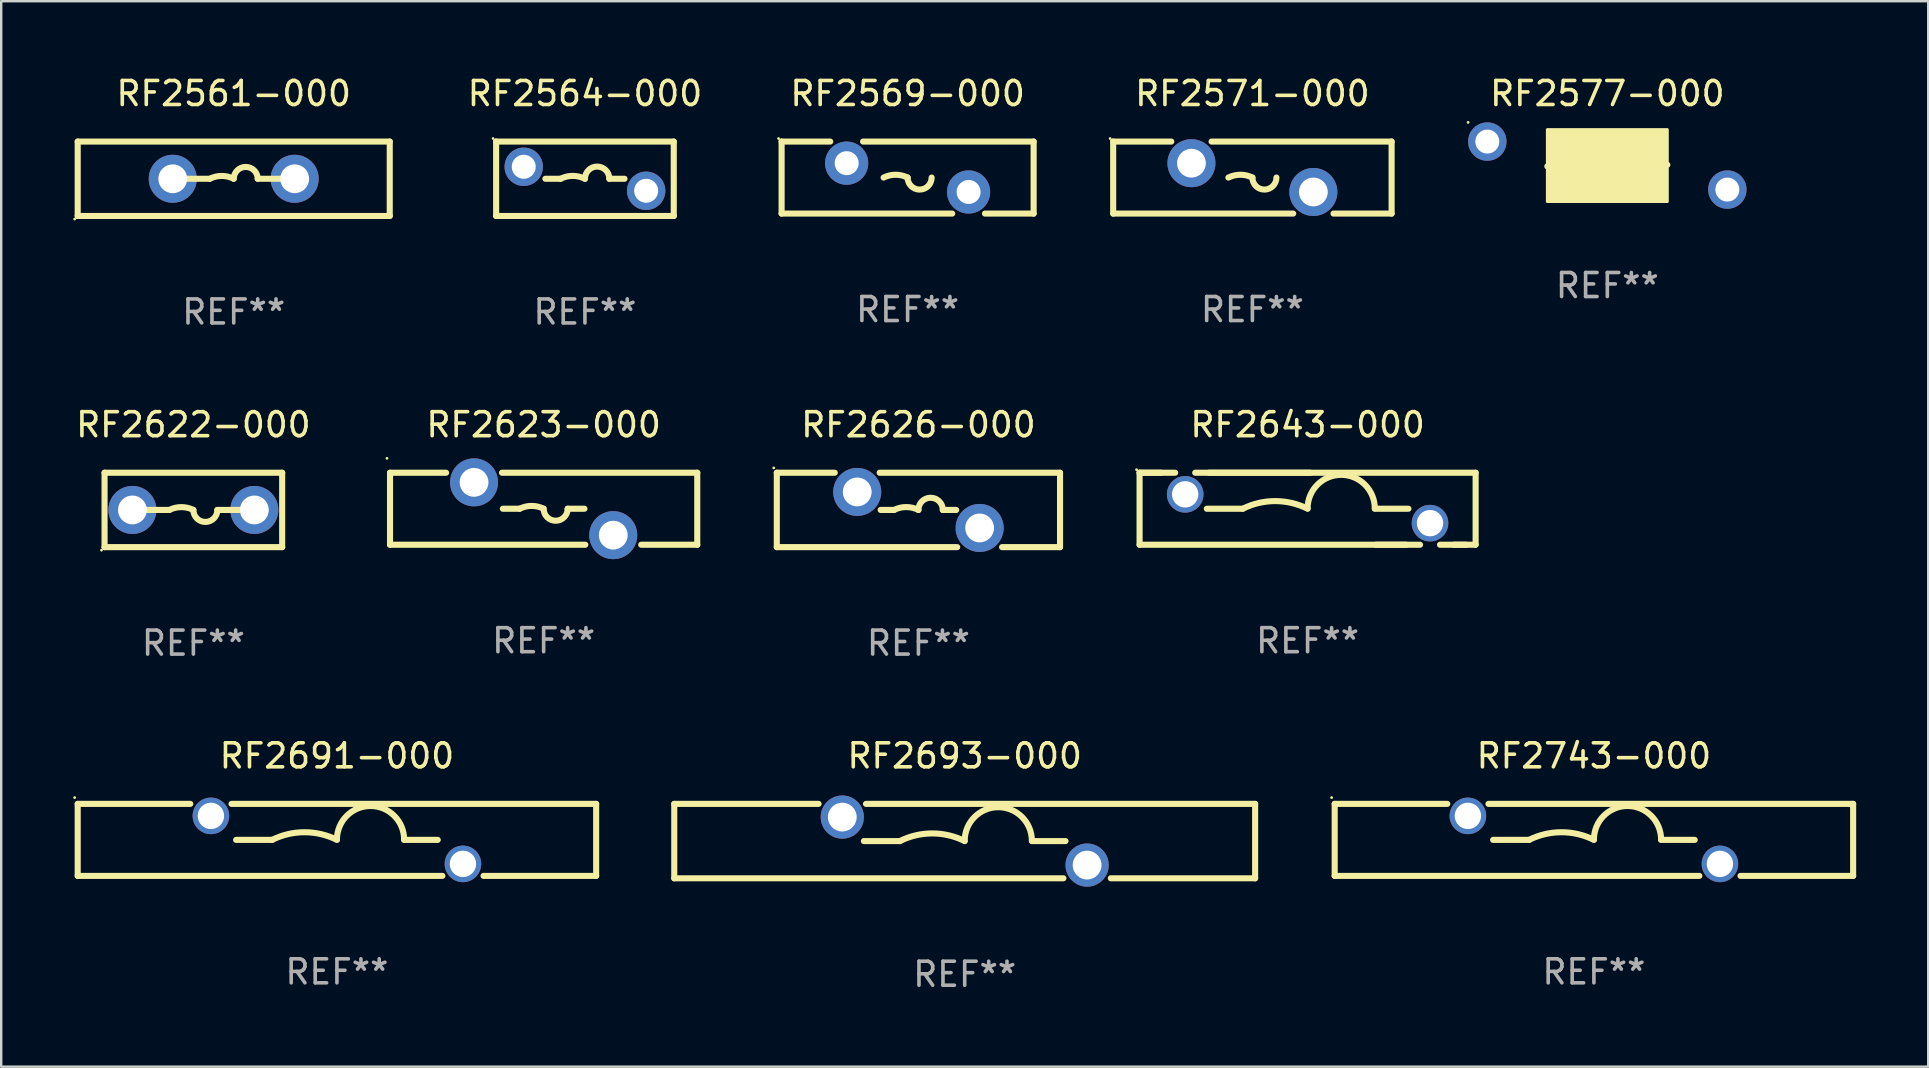
<source format=kicad_pcb>
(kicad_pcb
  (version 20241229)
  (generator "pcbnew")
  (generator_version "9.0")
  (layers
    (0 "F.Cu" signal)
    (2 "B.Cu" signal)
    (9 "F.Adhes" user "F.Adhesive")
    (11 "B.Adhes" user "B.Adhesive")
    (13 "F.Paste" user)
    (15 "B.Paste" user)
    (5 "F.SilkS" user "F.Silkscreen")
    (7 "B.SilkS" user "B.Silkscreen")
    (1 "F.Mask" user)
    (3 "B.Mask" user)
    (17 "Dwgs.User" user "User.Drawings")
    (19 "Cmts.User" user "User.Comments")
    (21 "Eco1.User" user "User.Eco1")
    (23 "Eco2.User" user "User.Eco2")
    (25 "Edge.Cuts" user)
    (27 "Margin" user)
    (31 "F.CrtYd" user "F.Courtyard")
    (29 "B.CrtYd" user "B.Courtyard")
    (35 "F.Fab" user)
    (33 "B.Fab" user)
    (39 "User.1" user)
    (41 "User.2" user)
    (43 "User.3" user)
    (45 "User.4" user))
  (footprint "RF2561-000"
    (layer "F.Cu")
    (at 6.687 4.398)
    (property "Reference" "RF2561-000" (at 0 -3.55 0) (layer "F.SilkS") (effects (font (size 1 1) (thickness 0.15))))
    (attr through_hole)
    (fp_line (start -6.5 -1.55) (end 6.5 -1.55) (stroke (width 0.254) (type solid)) (layer "F.SilkS"))
    (fp_line (start -6.5 1.55) (end -6.5 -1.55) (stroke (width 0.254) (type solid)) (layer "F.SilkS"))
    (fp_line (start -1 -0.000127) (end -2 -0.000127) (stroke (width 0.254) (type solid)) (layer "F.SilkS"))
    (fp_line (start 1 -0.000127) (end 2 -0.000127) (stroke (width 0.254) (type solid)) (layer "F.SilkS"))
    (fp_line (start 6.5 -1.55) (end 6.5 1.55) (stroke (width 0.254) (type solid)) (layer "F.SilkS"))
    (fp_line (start 6.5 1.55) (end -6.5 1.55) (stroke (width 0.254) (type solid)) (layer "F.SilkS"))
    (fp_arc (start -1.000127 -0.000127) (mid -0.500127 -0.118148) (end -0.000127 -0.000127) (stroke (width 0.254001) (type solid)) (layer "F.SilkS"))
    (fp_arc (start -0.000127 -0.000127) (mid 0.500254 -0.5) (end 1.000635 -0.000127) (stroke (width 0.254001) (type solid)) (layer "F.SilkS"))
    (fp_circle (center -6.627 1.677) (end -6.597 1.677) (stroke (width 0.06) (type solid)) (fill no) (layer "F.SilkS"))
    (fp_text user "REF**" (at 0 5.55 0) (layer "F.Fab") (effects (font (size 1 1) (thickness 0.15))))
    (pad "1" thru_hole circle (at -2.54 -0.000127) (size 2 2) (drill 1.2) (layers "*.Cu" "*.Mask"))
    (pad "2" thru_hole circle (at 2.54 -0.000127) (size 2 2) (drill 1.2) (layers "*.Cu" "*.Mask")))
  (footprint "RF2691-000"
    (layer "F.Cu")
    (at 10.987 31.941)
    (property "Reference" "RF2691-000" (at 0 -3.5 0) (layer "F.SilkS") (effects (font (size 1 1) (thickness 0.15))))
    (attr through_hole)
    (fp_line (start -10.8 -1.5) (end -10.8 1.5) (stroke (width 0.254) (type solid)) (layer "F.SilkS"))
    (fp_line (start -10.8 -1.5) (end -6.108 -1.5) (stroke (width 0.254) (type solid)) (layer "F.SilkS"))
    (fp_line (start -4.392 -1.5) (end 10.8 -1.5) (stroke (width 0.254) (type solid)) (layer "F.SilkS"))
    (fp_line (start -2.7 -0.000127) (end -4.2 -0.000127) (stroke (width 0.254) (type solid)) (layer "F.SilkS"))
    (fp_line (start 2.8 -0.000127) (end 4.2 -0.000127) (stroke (width 0.254) (type solid)) (layer "F.SilkS"))
    (fp_line (start 4.393 1.5) (end -10.8 1.5) (stroke (width 0.254) (type solid)) (layer "F.SilkS"))
    (fp_line (start 10.8 1.5) (end 6.108 1.5) (stroke (width 0.254) (type solid)) (layer "F.SilkS"))
    (fp_line (start 10.8 1.5) (end 10.8 -1.5) (stroke (width 0.254) (type solid)) (layer "F.SilkS"))
    (fp_arc (start -2.700025 -0.000127) (mid -1.350013 -0.318821) (end 0 -0.000127) (stroke (width 0.254001) (type solid)) (layer "F.SilkS"))
    (fp_arc (start 0 -0.012827) (mid 1.399543 -1.411862) (end 2.799086 -0.012827) (stroke (width 0.254001) (type solid)) (layer "F.SilkS"))
    (fp_circle (center -10.927 -1.762) (end -10.897 -1.762) (stroke (width 0.06) (type solid)) (fill no) (layer "F.SilkS"))
    (fp_text user "REF**" (at 0 5.5 0) (layer "F.Fab") (effects (font (size 1 1) (thickness 0.15))))
    (pad "1" thru_hole circle (at -5.25 -1) (size 1.524 1.524) (drill 1.1) (layers "*.Cu" "*.Mask"))
    (pad "2" thru_hole circle (at 5.25 1) (size 1.524 1.524) (drill 1.1) (layers "*.Cu" "*.Mask")))
  (footprint "RF2622-000"
    (layer "F.Cu")
    (at 5.006 18.195)
    (property "Reference" "RF2622-000" (at 0 -3.55 0) (layer "F.SilkS") (effects (font (size 1 1) (thickness 0.15))))
    (attr through_hole)
    (fp_line (start -3.7 -1.55) (end 3.7 -1.55) (stroke (width 0.254) (type solid)) (layer "F.SilkS"))
    (fp_line (start -3.7 1.55) (end -3.7 -1.55) (stroke (width 0.254) (type solid)) (layer "F.SilkS"))
    (fp_line (start -1 0) (end -2 0) (stroke (width 0.254) (type solid)) (layer "F.SilkS"))
    (fp_line (start 1 0) (end 2 0) (stroke (width 0.254) (type solid)) (layer "F.SilkS"))
    (fp_line (start 3.7 -1.55) (end 3.7 1.55) (stroke (width 0.254) (type solid)) (layer "F.SilkS"))
    (fp_line (start 3.7 1.55) (end -3.7 1.55) (stroke (width 0.254) (type solid)) (layer "F.SilkS"))
    (fp_arc (start -1.000762 0) (mid -0.500381 -0.118151) (end 0 0) (stroke (width 0.254001) (type solid)) (layer "F.SilkS"))
    (fp_arc (start 1.000762 0) (mid 0.500381 0.500127) (end 0 0) (stroke (width 0.254001) (type solid)) (layer "F.SilkS"))
    (fp_circle (center -3.827 1.677) (end -3.797 1.677) (stroke (width 0.06) (type solid)) (fill no) (layer "F.SilkS"))
    (fp_text user "REF**" (at 0 5.55 0) (layer "F.Fab") (effects (font (size 1 1) (thickness 0.15))))
    (pad "1" thru_hole circle (at -2.54 0) (size 2 2) (drill 1.2) (layers "*.Cu" "*.Mask"))
    (pad "2" thru_hole circle (at 2.54 0) (size 2 2) (drill 1.2) (layers "*.Cu" "*.Mask")))
  (footprint "RF2564-000"
    (layer "F.Cu")
    (at 21.32 4.398)
    (property "Reference" "RF2564-000" (at 0 -3.55 0) (layer "F.SilkS") (effects (font (size 1 1) (thickness 0.15))))
    (attr through_hole)
    (fp_line (start -3.7 -1.55) (end 3.7 -1.55) (stroke (width 0.254) (type solid)) (layer "F.SilkS"))
    (fp_line (start -3.7 1.55) (end -3.7 -1.55) (stroke (width 0.254) (type solid)) (layer "F.SilkS"))
    (fp_line (start -1.649 0) (end -1.016 0) (stroke (width 0.254) (type solid)) (layer "F.SilkS"))
    (fp_line (start 1.649 0) (end 1.016 0) (stroke (width 0.254) (type solid)) (layer "F.SilkS"))
    (fp_line (start 3.7 -1.55) (end 3.7 1.55) (stroke (width 0.254) (type solid)) (layer "F.SilkS"))
    (fp_line (start 3.7 1.55) (end -3.7 1.55) (stroke (width 0.254) (type solid)) (layer "F.SilkS"))
    (fp_arc (start -1.016002 0) (mid -0.508001 -0.119923) (end 0 0) (stroke (width 0.254001) (type solid)) (layer "F.SilkS"))
    (fp_arc (start 0 0) (mid 0.508001 -0.508001) (end 1.016002 0) (stroke (width 0.254001) (type solid)) (layer "F.SilkS"))
    (fp_circle (center -3.827 -1.677) (end -3.797 -1.677) (stroke (width 0.06) (type solid)) (fill no) (layer "F.SilkS"))
    (fp_text user "REF**" (at 0 5.55 0) (layer "F.Fab") (effects (font (size 1 1) (thickness 0.15))))
    (pad "1" thru_hole circle (at -2.55 -0.5) (size 1.6 1.6) (drill 1) (layers "*.Cu" "*.Mask"))
    (pad "2" thru_hole circle (at 2.55 0.5) (size 1.6 1.6) (drill 1) (layers "*.Cu" "*.Mask")))
  (footprint "RF2743-000"
    (layer "F.Cu")
    (at 63.355 31.941)
    (property "Reference" "RF2743-000" (at 0 -3.5 0) (layer "F.SilkS") (effects (font (size 1 1) (thickness 0.15))))
    (attr through_hole)
    (fp_line (start -10.8 -1.5) (end -10.8 1.5) (stroke (width 0.254) (type solid)) (layer "F.SilkS"))
    (fp_line (start -10.8 -1.5) (end -6.108 -1.5) (stroke (width 0.254) (type solid)) (layer "F.SilkS"))
    (fp_line (start -4.392 -1.5) (end 10.8 -1.5) (stroke (width 0.254) (type solid)) (layer "F.SilkS"))
    (fp_line (start -2.7 -0.000127) (end -4.2 -0.000127) (stroke (width 0.254) (type solid)) (layer "F.SilkS"))
    (fp_line (start 2.8 -0.000127) (end 4.2 -0.000127) (stroke (width 0.254) (type solid)) (layer "F.SilkS"))
    (fp_line (start 4.393 1.5) (end -10.8 1.5) (stroke (width 0.254) (type solid)) (layer "F.SilkS"))
    (fp_line (start 10.8 1.5) (end 6.108 1.5) (stroke (width 0.254) (type solid)) (layer "F.SilkS"))
    (fp_line (start 10.8 1.5) (end 10.8 -1.5) (stroke (width 0.254) (type solid)) (layer "F.SilkS"))
    (fp_arc (start -2.700025 -0.000127) (mid -1.350013 -0.318821) (end 0 -0.000127) (stroke (width 0.254001) (type solid)) (layer "F.SilkS"))
    (fp_arc (start 0 -0.012827) (mid 1.399543 -1.411862) (end 2.799086 -0.012827) (stroke (width 0.254001) (type solid)) (layer "F.SilkS"))
    (fp_circle (center -10.927 -1.762) (end -10.897 -1.762) (stroke (width 0.06) (type solid)) (fill no) (layer "F.SilkS"))
    (fp_text user "REF**" (at 0 5.5 0) (layer "F.Fab") (effects (font (size 1 1) (thickness 0.15))))
    (pad "1" thru_hole circle (at -5.25 -1) (size 1.524 1.524) (drill 1.1) (layers "*.Cu" "*.Mask"))
    (pad "2" thru_hole circle (at 5.25 1) (size 1.524 1.524) (drill 1.1) (layers "*.Cu" "*.Mask")))
  (footprint "RF2571-000"
    (layer "F.Cu")
    (at 49.127 4.348)
    (property "Reference" "RF2571-000" (at 0 -3.5 0) (layer "F.SilkS") (effects (font (size 1 1) (thickness 0.15))))
    (attr through_hole)
    (fp_line (start -5.8 -1.5) (end -5.8 1.5) (stroke (width 0.254) (type solid)) (layer "F.SilkS"))
    (fp_line (start -5.8 -1.5) (end -3.379 -1.5) (stroke (width 0.254) (type solid)) (layer "F.SilkS"))
    (fp_line (start -1.701 -1.5) (end 5.8 -1.5) (stroke (width 0.254) (type solid)) (layer "F.SilkS"))
    (fp_line (start 1.701 1.5) (end -5.8 1.5) (stroke (width 0.254) (type solid)) (layer "F.SilkS"))
    (fp_line (start 5.8 -1.5) (end 5.8 1.5) (stroke (width 0.254) (type solid)) (layer "F.SilkS"))
    (fp_line (start 5.8 1.5) (end 3.379 1.5) (stroke (width 0.254) (type solid)) (layer "F.SilkS"))
    (fp_arc (start -1 0) (mid -0.5 -0.118021) (end 0 0) (stroke (width 0.254001) (type solid)) (layer "F.SilkS"))
    (fp_arc (start 1.000762 0) (mid 0.500381 0.500127) (end 0 0) (stroke (width 0.254001) (type solid)) (layer "F.SilkS"))
    (fp_circle (center -5.927 -1.627) (end -5.897 -1.627) (stroke (width 0.06) (type solid)) (fill no) (layer "F.SilkS"))
    (fp_text user "REF**" (at 0 5.5 0) (layer "F.Fab") (effects (font (size 1 1) (thickness 0.15))))
    (pad "1" thru_hole circle (at -2.54 -0.6) (size 2 2) (drill 1.2) (layers "*.Cu" "*.Mask"))
    (pad "2" thru_hole circle (at 2.54 0.6) (size 2 2) (drill 1.2) (layers "*.Cu" "*.Mask")))
  (footprint "RF2623-000"
    (layer "F.Cu")
    (at 19.599 18.145)
    (property "Reference" "RF2623-000" (at 0 -3.5 0) (layer "F.SilkS") (effects (font (size 1 1) (thickness 0.15))))
    (attr through_hole)
    (fp_line (start -6.4 -1.5) (end -6.4 1.5) (stroke (width 0.254) (type solid)) (layer "F.SilkS"))
    (fp_line (start -6.4 -1.5) (end -4.064 -1.5) (stroke (width 0.254) (type solid)) (layer "F.SilkS"))
    (fp_line (start -1.736 -1.5) (end 6.4 -1.5) (stroke (width 0.254) (type solid)) (layer "F.SilkS"))
    (fp_line (start -1 -0.000127) (end -1.7 -0.000127) (stroke (width 0.254) (type solid)) (layer "F.SilkS"))
    (fp_line (start 1 -0.000127) (end 1.7 -0.000127) (stroke (width 0.254) (type solid)) (layer "F.SilkS"))
    (fp_line (start 1.736 1.5) (end -6.4 1.5) (stroke (width 0.254) (type solid)) (layer "F.SilkS"))
    (fp_line (start 6.4 -1.5) (end 6.4 1.5) (stroke (width 0.254) (type solid)) (layer "F.SilkS"))
    (fp_line (start 6.4 1.5) (end 4.064 1.5) (stroke (width 0.254) (type solid)) (layer "F.SilkS"))
    (fp_arc (start -1 -0.000127) (mid -0.5 -0.118148) (end 0 -0.000127) (stroke (width 0.254001) (type solid)) (layer "F.SilkS"))
    (fp_arc (start 1.000762 -0.000127) (mid 0.500381 0.5) (end 0 -0.000127) (stroke (width 0.254001) (type solid)) (layer "F.SilkS"))
    (fp_circle (center -6.527 -2.1) (end -6.497 -2.1) (stroke (width 0.06) (type solid)) (fill no) (layer "F.SilkS"))
    (fp_text user "REF**" (at 0 5.5 0) (layer "F.Fab") (effects (font (size 1 1) (thickness 0.15))))
    (pad "1" thru_hole circle (at -2.9 -1.1) (size 2 2) (drill 1.2) (layers "*.Cu" "*.Mask"))
    (pad "2" thru_hole circle (at 2.9 1.1) (size 2 2) (drill 1.2) (layers "*.Cu" "*.Mask")))
  (footprint "RF2643-000"
    (layer "F.Cu")
    (at 51.427 18.145)
    (property "Reference" "RF2643-000" (at 0 -3.5 0) (layer "F.SilkS") (effects (font (size 1 1) (thickness 0.15))))
    (attr through_hole)
    (fp_line (start -7 -1.5) (end -7 1.5) (stroke (width 0.254) (type solid)) (layer "F.SilkS"))
    (fp_line (start -7 -1.5) (end -5.517 -1.5) (stroke (width 0.254) (type solid)) (layer "F.SilkS"))
    (fp_line (start -7 1.5) (end 4.107 1.5) (stroke (width 0.254) (type solid)) (layer "F.SilkS"))
    (fp_line (start -6.093 -1.5) (end -7 -1.5) (stroke (width 0.254) (type solid)) (layer "F.SilkS"))
    (fp_line (start -4.683 -1.5) (end 0.11 -1.5) (stroke (width 0.254) (type solid)) (layer "F.SilkS"))
    (fp_line (start -2.7 -0.000127) (end -4.2 -0.000127) (stroke (width 0.254) (type solid)) (layer "F.SilkS"))
    (fp_line (start 2.8 -0.000127) (end 4.2 -0.000127) (stroke (width 0.254) (type solid)) (layer "F.SilkS"))
    (fp_line (start 2.853 1.5) (end 4.684 1.5) (stroke (width 0.254) (type solid)) (layer "F.SilkS"))
    (fp_line (start 5.516 1.5) (end 6.612 1.5) (stroke (width 0.254) (type solid)) (layer "F.SilkS"))
    (fp_line (start 6.093 1.5) (end 7 1.5) (stroke (width 0.254) (type solid)) (layer "F.SilkS"))
    (fp_line (start 7 -1.5) (end -4.107 -1.5) (stroke (width 0.254) (type solid)) (layer "F.SilkS"))
    (fp_line (start 7 1.5) (end 7 -1.5) (stroke (width 0.254) (type solid)) (layer "F.SilkS"))
    (fp_arc (start -2.700025 -0.000127) (mid -1.350013 -0.318821) (end 0 -0.000127) (stroke (width 0.254001) (type solid)) (layer "F.SilkS"))
    (fp_arc (start 0 -0.012827) (mid 1.399543 -1.411862) (end 2.799086 -0.012827) (stroke (width 0.254001) (type solid)) (layer "F.SilkS"))
    (fp_circle (center -7.127 -1.627) (end -7.097 -1.627) (stroke (width 0.06) (type solid)) (fill no) (layer "F.SilkS"))
    (fp_text user "REF**" (at 0 5.5 0) (layer "F.Fab") (effects (font (size 1 1) (thickness 0.15))))
    (pad "1" thru_hole circle (at -5.1 -0.6) (size 1.524 1.524) (drill 1.1) (layers "*.Cu" "*.Mask"))
    (pad "2" thru_hole circle (at 5.1 0.6) (size 1.524 1.524) (drill 1.1) (layers "*.Cu" "*.Mask")))
  (footprint "RF2577-000"
    (layer "F.Cu")
    (at 63.914 3.848)
    (property "Reference" "RF2577-000" (at 0 -3 0) (layer "F.SilkS") (effects (font (size 1 1) (thickness 0.15))))
    (attr through_hole)
    (fp_line (start -2.5 0.031) (end -1.143 0.031) (stroke (width 0.254) (type solid)) (layer "F.SilkS"))
    (fp_line (start 2.5 -0.031) (end 1.016 -0.031) (stroke (width 0.254) (type solid)) (layer "F.SilkS"))
    (fp_arc (start -1.143002 0.03114) (mid -0.575311 -0.124289) (end 0 0) (stroke (width 0.254001) (type solid)) (layer "F.SilkS"))
    (fp_arc (start -0.000254 0.000254) (mid 0.492648 -0.508334) (end 1.016002 -0.03114) (stroke (width 0.254001) (type solid)) (layer "F.SilkS"))
    (fp_circle (center -5.8 -1.8) (end -5.77 -1.8) (stroke (width 0.06) (type solid)) (fill no) (layer "F.SilkS"))
    (fp_poly (pts (xy -2.5 -1.5) (xy 2.5 -1.5) (xy 2.5 1.5) (xy -2.5 1.5)) (stroke (width 0.12) (type solid)) (fill yes) (layer "F.SilkS"))
    (fp_text user "REF**" (at 0 5 0) (layer "F.Fab") (effects (font (size 1 1) (thickness 0.15))))
    (pad "1" thru_hole circle (at -5 -1) (size 1.6 1.6) (drill 1) (layers "*.Cu" "*.Mask"))
    (pad "2" thru_hole circle (at 5 1) (size 1.6 1.6) (drill 1) (layers "*.Cu" "*.Mask")))
  (footprint "RF2626-000"
    (layer "F.Cu")
    (at 35.213 18.195)
    (property "Reference" "RF2626-000" (at 0 -3.55 0) (layer "F.SilkS") (effects (font (size 1 1) (thickness 0.15))))
    (attr through_hole)
    (fp_line (start -5.9 -1.55) (end -3.485 -1.55) (stroke (width 0.254) (type solid)) (layer "F.SilkS"))
    (fp_line (start -5.9 1.55) (end -5.9 -1.55) (stroke (width 0.254) (type solid)) (layer "F.SilkS"))
    (fp_line (start -5.9 1.55) (end 1.615 1.55) (stroke (width 0.254) (type solid)) (layer "F.SilkS"))
    (fp_line (start -1.615 -1.55) (end 5.9 -1.55) (stroke (width 0.254) (type solid)) (layer "F.SilkS"))
    (fp_line (start -1.574 0) (end -1.016 0) (stroke (width 0.254) (type solid)) (layer "F.SilkS"))
    (fp_line (start 1.574 0) (end 1.016 0) (stroke (width 0.254) (type solid)) (layer "F.SilkS"))
    (fp_line (start 3.485 1.55) (end 5.9 1.55) (stroke (width 0.254) (type solid)) (layer "F.SilkS"))
    (fp_line (start 5.9 -1.55) (end 5.9 1.55) (stroke (width 0.254) (type solid)) (layer "F.SilkS"))
    (fp_arc (start -1.016002 0) (mid -0.508001 -0.119923) (end 0 0) (stroke (width 0.254001) (type solid)) (layer "F.SilkS"))
    (fp_arc (start 0 0) (mid 0.508001 -0.508001) (end 1.016002 0) (stroke (width 0.254001) (type solid)) (layer "F.SilkS"))
    (fp_circle (center -6.027 -1.75) (end -5.997 -1.75) (stroke (width 0.06) (type solid)) (fill no) (layer "F.SilkS"))
    (fp_text user "REF**" (at 0 5.55 0) (layer "F.Fab") (effects (font (size 1 1) (thickness 0.15))))
    (pad "1" thru_hole circle (at -2.55 -0.75) (size 2 2) (drill 1.2) (layers "*.Cu" "*.Mask"))
    (pad "2" thru_hole circle (at 2.55 0.75) (size 2 2) (drill 1.2) (layers "*.Cu" "*.Mask")))
  (footprint "RF2693-000"
    (layer "F.Cu")
    (at 37.141 31.991)
    (property "Reference" "RF2693-000" (at 0 -3.55 0) (layer "F.SilkS") (effects (font (size 1 1) (thickness 0.15))))
    (attr through_hole)
    (fp_line (start -12.1 -1.55) (end -6.088 -1.55) (stroke (width 0.254) (type solid)) (layer "F.SilkS"))
    (fp_line (start -12.1 1.55) (end -12.1 -1.55) (stroke (width 0.254) (type solid)) (layer "F.SilkS"))
    (fp_line (start -4.112 -1.55) (end 12.1 -1.55) (stroke (width 0.254) (type solid)) (layer "F.SilkS"))
    (fp_line (start -2.7 -0.000013) (end -4.2 -0.000013) (stroke (width 0.254) (type solid)) (layer "F.SilkS"))
    (fp_line (start 2.8 -0.000013) (end 4.2 -0.000013) (stroke (width 0.254) (type solid)) (layer "F.SilkS"))
    (fp_line (start 4.112 1.55) (end -12.1 1.55) (stroke (width 0.254) (type solid)) (layer "F.SilkS"))
    (fp_line (start 12.1 -1.55) (end 12.1 1.55) (stroke (width 0.254) (type solid)) (layer "F.SilkS"))
    (fp_line (start 12.1 1.55) (end 6.088 1.55) (stroke (width 0.254) (type solid)) (layer "F.SilkS"))
    (fp_arc (start -2.700025 -0.000013) (mid -1.350012 -0.318707) (end 0.000001 -0.000012) (stroke (width 0.254001) (type solid)) (layer "F.SilkS"))
    (fp_arc (start 0 -0.012713) (mid 1.399543 -1.411748) (end 2.799086 -0.012713) (stroke (width 0.254001) (type solid)) (layer "F.SilkS"))
    (fp_circle (center -12.1 -1.55) (end -12.07 -1.55) (stroke (width 0.06) (type solid)) (fill no) (layer "F.SilkS"))
    (fp_text user "REF**" (at 0 5.55 0) (layer "F.Fab") (effects (font (size 1 1) (thickness 0.15))))
    (pad "1" thru_hole circle (at -5.1 -1) (size 1.8 1.8) (drill 1.2) (layers "*.Cu" "*.Mask"))
    (pad "2" thru_hole circle (at 5.1 1) (size 1.8 1.8) (drill 1.2) (layers "*.Cu" "*.Mask")))
  (footprint "RF2569-000"
    (layer "F.Cu")
    (at 34.763 4.348)
    (property "Reference" "RF2569-000" (at 0 -3.5 0) (layer "F.SilkS") (effects (font (size 1 1) (thickness 0.15))))
    (attr through_hole)
    (fp_line (start -5.25 -1.5) (end -3.224 -1.5) (stroke (width 0.254) (type solid)) (layer "F.SilkS"))
    (fp_line (start -5.25 1.5) (end -5.25 -1.5) (stroke (width 0.254) (type solid)) (layer "F.SilkS"))
    (fp_line (start -1.856 -1.5) (end 5.25 -1.5) (stroke (width 0.254) (type solid)) (layer "F.SilkS"))
    (fp_line (start 1.857 1.5) (end -5.25 1.5) (stroke (width 0.254) (type solid)) (layer "F.SilkS"))
    (fp_line (start 5.25 -1.5) (end 5.25 1.5) (stroke (width 0.254) (type solid)) (layer "F.SilkS"))
    (fp_line (start 5.25 1.5) (end 3.223 1.5) (stroke (width 0.254) (type solid)) (layer "F.SilkS"))
    (fp_arc (start -1 -0.000127) (mid -0.5 -0.118148) (end 0 -0.000127) (stroke (width 0.254001) (type solid)) (layer "F.SilkS"))
    (fp_arc (start 1.000762 -0.000127) (mid 0.500381 0.5) (end 0 -0.000127) (stroke (width 0.254001) (type solid)) (layer "F.SilkS"))
    (fp_circle (center -5.377 -1.627) (end -5.347 -1.627) (stroke (width 0.06) (type solid)) (fill no) (layer "F.SilkS"))
    (fp_text user "REF**" (at 0 5.5 0) (layer "F.Fab") (effects (font (size 1 1) (thickness 0.15))))
    (pad "1" thru_hole circle (at -2.54 -0.6) (size 1.8 1.8) (drill 1) (layers "*.Cu" "*.Mask"))
    (pad "2" thru_hole circle (at 2.54 0.6) (size 1.8 1.8) (drill 1) (layers "*.Cu" "*.Mask")))
  (gr_rect
    (start -3 -3)
    (end 77.282 41.39)
    (stroke (width 0.1) (type default))
    (fill no)
    (layer "Edge.Cuts")))
</source>
